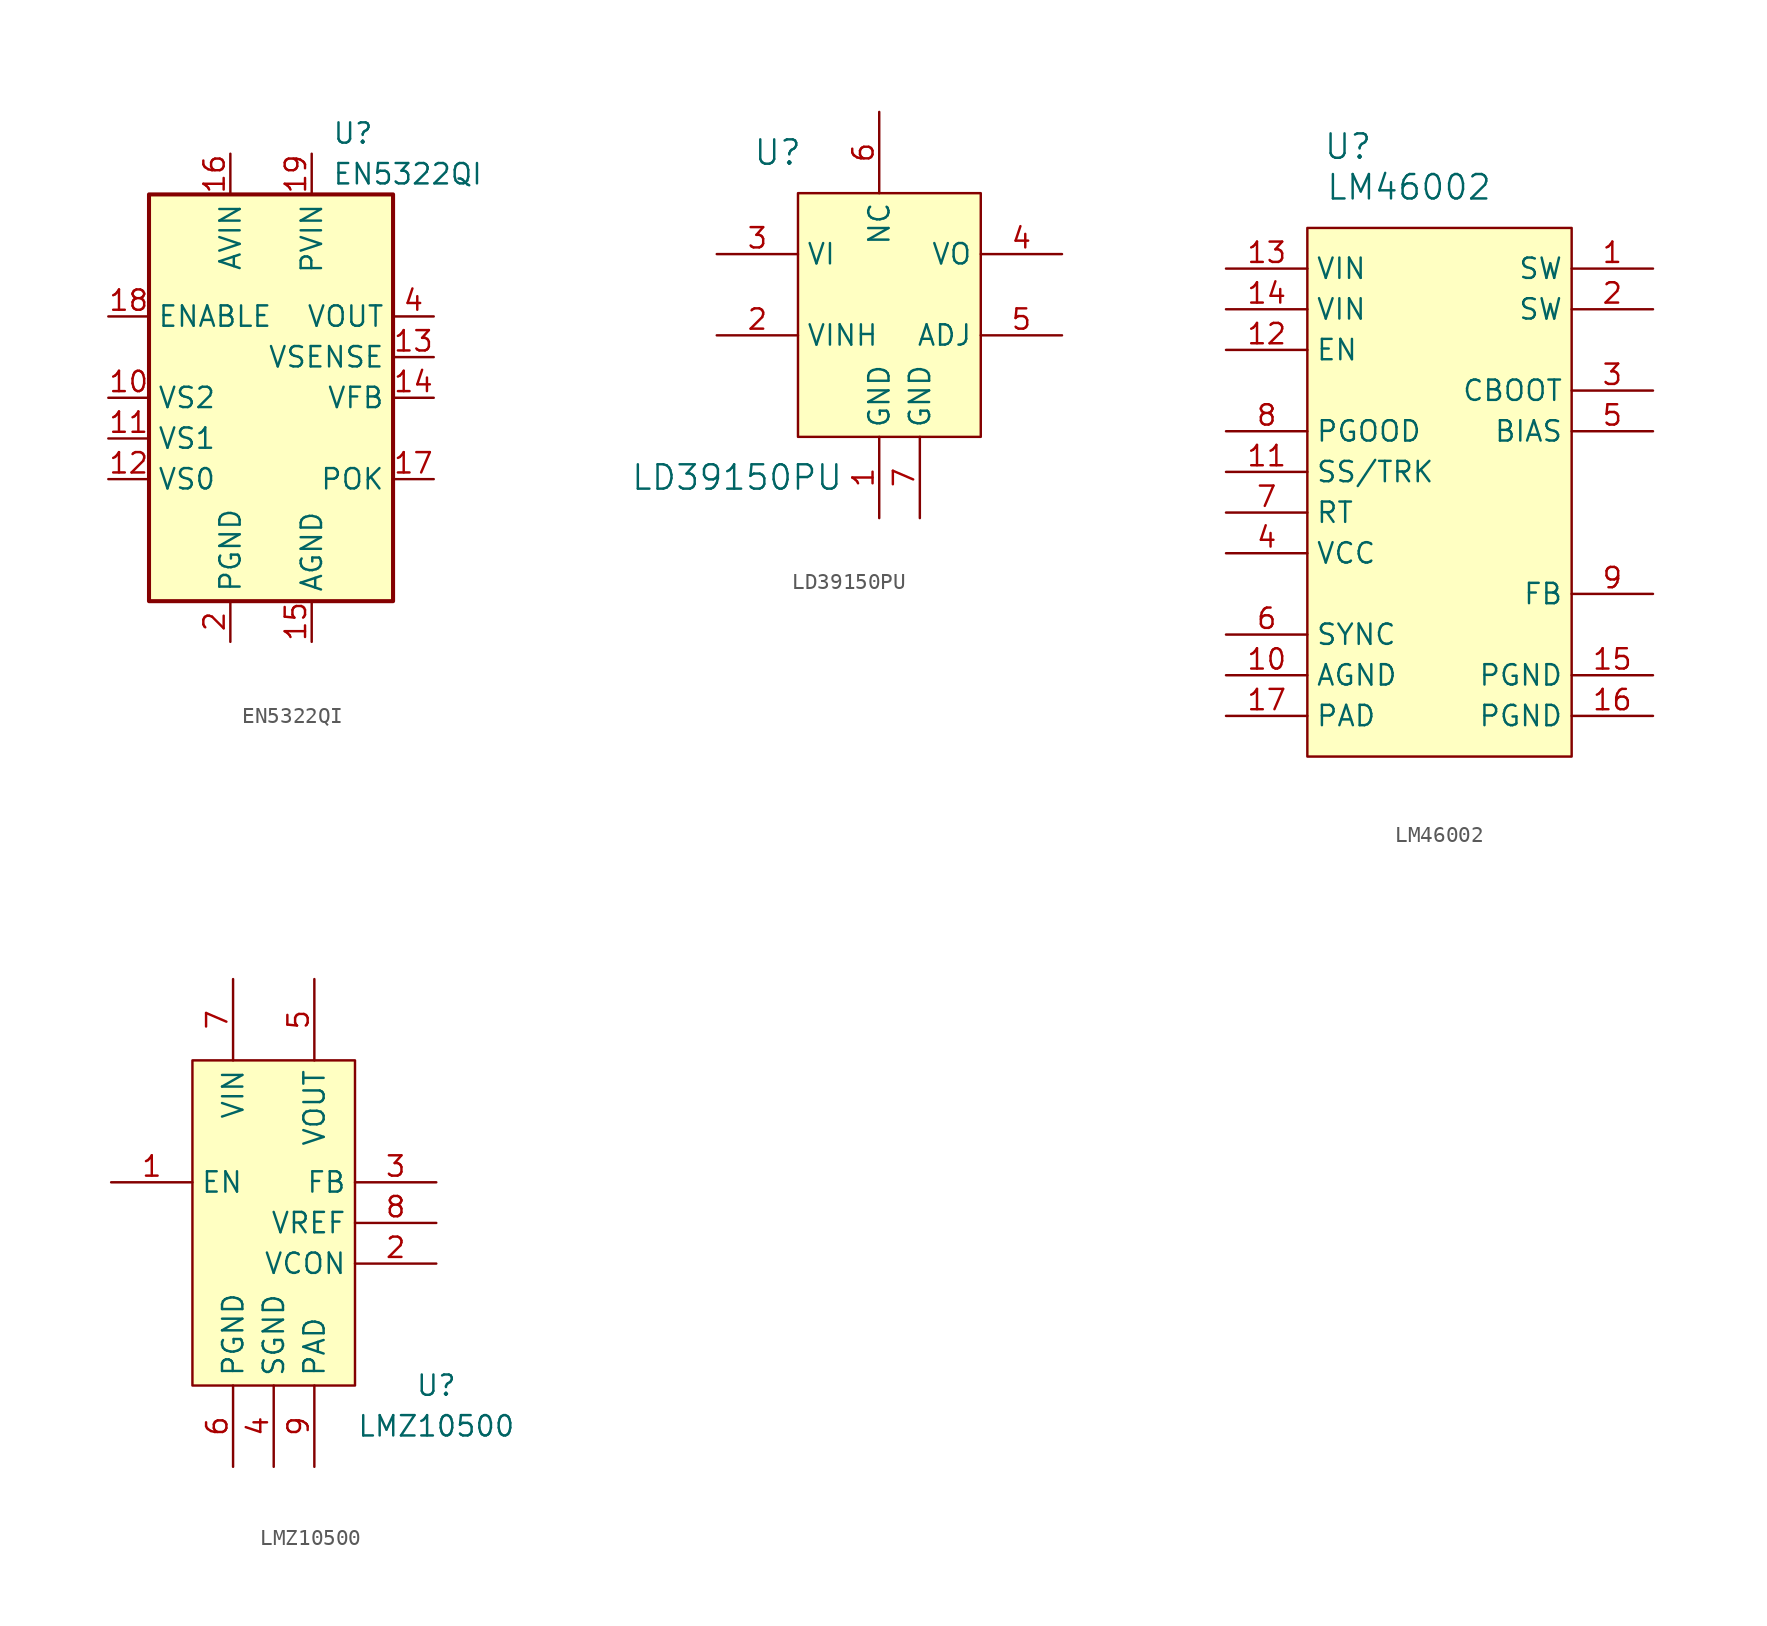
<source format=kicad_sym>
(kicad_symbol_lib
  (version 20201005)
  (generator kicad_symbol_editor)
  (symbol "DCDC_Converters:EN5322QI"
    (property "Reference" "U"
      (at 3.81 16.51 0)
      (effects (font (size 1.27 1.27)) (justify left)))
    (property "Value" "EN5322QI"
      (at 3.81 13.97 0)
      (effects (font (size 1.27 1.27)) (justify left)))
    (symbol "EN5322QI_0_1"
      (rectangle (start -7.62 12.7) (end 7.62 -12.7) (stroke (width 0.254)) (fill (type background))))
    (symbol "EN5322QI_1_1"
      (pin no_connect line (at -7.62 2.54 0) (length 2.54) hide (name "NC" (effects (font (size 1.27 1.27)))) (number "1" (effects (font (size 1.27 1.27)))))
      (pin input line (at -10.16 0 0) (length 2.54) (name "VS2" (effects (font (size 1.27 1.27)))) (number "10" (effects (font (size 1.27 1.27)))))
      (pin input line (at -10.16 -2.54 0) (length 2.54) (name "VS1" (effects (font (size 1.27 1.27)))) (number "11" (effects (font (size 1.27 1.27)))))
      (pin input line (at -10.16 -5.08 0) (length 2.54) (name "VS0" (effects (font (size 1.27 1.27)))) (number "12" (effects (font (size 1.27 1.27)))))
      (pin input line (at 10.16 2.54 180) (length 2.54) (name "VSENSE" (effects (font (size 1.27 1.27)))) (number "13" (effects (font (size 1.27 1.27)))))
      (pin input line (at 10.16 0 180) (length 2.54) (name "VFB" (effects (font (size 1.27 1.27)))) (number "14" (effects (font (size 1.27 1.27)))))
      (pin power_in line (at 2.54 -15.24 90) (length 2.54) (name "AGND" (effects (font (size 1.27 1.27)))) (number "15" (effects (font (size 1.27 1.27)))))
      (pin power_in line (at -2.54 15.24 270) (length 2.54) (name "AVIN" (effects (font (size 1.27 1.27)))) (number "16" (effects (font (size 1.27 1.27)))))
      (pin output line (at 10.16 -5.08 180) (length 2.54) (name "POK" (effects (font (size 1.27 1.27)))) (number "17" (effects (font (size 1.27 1.27)))))
      (pin input line (at -10.16 5.08 0) (length 2.54) (name "ENABLE" (effects (font (size 1.27 1.27)))) (number "18" (effects (font (size 1.27 1.27)))))
      (pin power_in line (at 2.54 15.24 270) (length 2.54) (name "PVIN" (effects (font (size 1.27 1.27)))) (number "19" (effects (font (size 1.27 1.27)))))
      (pin power_in line (at -2.54 -15.24 90) (length 2.54) (name "PGND" (effects (font (size 1.27 1.27)))) (number "2" (effects (font (size 1.27 1.27)))))
      (pin passive line (at 2.54 15.24 270) (length 2.54) hide (name "PVIN" (effects (font (size 1.27 1.27)))) (number "20" (effects (font (size 1.27 1.27)))))
      (pin no_connect line (at -7.62 -7.62 0) (length 2.54) hide (name "NC" (effects (font (size 1.27 1.27)))) (number "21" (effects (font (size 1.27 1.27)))))
      (pin no_connect line (at 7.62 -2.54 180) (length 2.54) hide (name "NC" (effects (font (size 1.27 1.27)))) (number "22" (effects (font (size 1.27 1.27)))))
      (pin no_connect line (at 7.62 -7.62 180) (length 2.54) hide (name "NC" (effects (font (size 1.27 1.27)))) (number "23" (effects (font (size 1.27 1.27)))))
      (pin no_connect line (at 7.62 7.62 180) (length 2.54) hide (name "NC" (effects (font (size 1.27 1.27)))) (number "24" (effects (font (size 1.27 1.27)))))
      (pin passive line (at -2.54 -15.24 90) (length 2.54) hide (name "PGND" (effects (font (size 1.27 1.27)))) (number "25" (effects (font (size 1.27 1.27)))))
      (pin passive line (at -2.54 -15.24 90) (length 2.54) hide (name "PGND" (effects (font (size 1.27 1.27)))) (number "3" (effects (font (size 1.27 1.27)))))
      (pin power_out line (at 10.16 5.08 180) (length 2.54) (name "VOUT" (effects (font (size 1.27 1.27)))) (number "4" (effects (font (size 1.27 1.27)))))
      (pin passive line (at 10.16 5.08 180) (length 2.54) hide (name "VOUT" (effects (font (size 1.27 1.27)))) (number "5" (effects (font (size 1.27 1.27)))))
      (pin passive line (at 10.16 5.08 180) (length 2.54) hide (name "VOUT" (effects (font (size 1.27 1.27)))) (number "6" (effects (font (size 1.27 1.27)))))
      (pin passive line (at 10.16 5.08 180) (length 2.54) hide (name "VOUT" (effects (font (size 1.27 1.27)))) (number "7" (effects (font (size 1.27 1.27)))))
      (pin passive line (at -2.54 -15.24 90) (length 2.54) hide (name "PGND" (effects (font (size 1.27 1.27)))) (number "8" (effects (font (size 1.27 1.27)))))
      (pin passive line (at -2.54 -15.24 90) (length 2.54) hide (name "PGND" (effects (font (size 1.27 1.27)))) (number "9" (effects (font (size 1.27 1.27)))))))
  (symbol "DCDC_Converters:LD39150PU"
    (property "Reference" "U"
      (at -6.35 8.89 0)
      (effects (font (size 1.524 1.524))))
    (property "Value" "LD39150PU"
      (at -8.89 -11.43 0)
      (effects (font (size 1.524 1.524))))
    (symbol "LD39150PU_0_1"
      (rectangle (start -5.08 6.35) (end 6.35 -8.89) (stroke (width 0)) (fill (type background))))
    (symbol "LD39150PU_1_1"
      (pin input line (at 0 -13.97 90) (length 5.08) (name "GND" (effects (font (size 1.27 1.27)))) (number "1" (effects (font (size 1.27 1.27)))))
      (pin input line (at -10.16 -2.54 0) (length 5.08) (name "VINH" (effects (font (size 1.27 1.27)))) (number "2" (effects (font (size 1.27 1.27)))))
      (pin input line (at -10.16 2.54 0) (length 5.08) (name "VI" (effects (font (size 1.27 1.27)))) (number "3" (effects (font (size 1.27 1.27)))))
      (pin input line (at 11.43 2.54 180) (length 5.08) (name "VO" (effects (font (size 1.27 1.27)))) (number "4" (effects (font (size 1.27 1.27)))))
      (pin input line (at 11.43 -2.54 180) (length 5.08) (name "ADJ" (effects (font (size 1.27 1.27)))) (number "5" (effects (font (size 1.27 1.27)))))
      (pin input line (at 0 11.43 270) (length 5.08) (name "NC" (effects (font (size 1.27 1.27)))) (number "6" (effects (font (size 1.27 1.27)))))
      (pin input line (at 2.54 -13.97 90) (length 5.08) (name "GND" (effects (font (size 1.27 1.27)))) (number "7" (effects (font (size 1.27 1.27)))))))
  (symbol "DCDC_Converters:LM46002"
    (property "Reference" "U"
      (at -6.35 20.32 0)
      (effects (font (size 1.524 1.524))))
    (property "Value" "LM46002"
      (at -2.54 17.78 0)
      (effects (font (size 1.524 1.524))))
    (symbol "LM46002_0_1"
      (rectangle (start -8.89 15.24) (end 7.62 -17.78) (stroke (width 0)) (fill (type background))))
    (symbol "LM46002_1_1"
      (pin input line (at 12.7 12.7 180) (length 5.08) (name "SW" (effects (font (size 1.27 1.27)))) (number "1" (effects (font (size 1.27 1.27)))))
      (pin input line (at -13.97 -12.7 0) (length 5.08) (name "AGND" (effects (font (size 1.27 1.27)))) (number "10" (effects (font (size 1.27 1.27)))))
      (pin input line (at -13.97 0 0) (length 5.08) (name "SS/TRK" (effects (font (size 1.27 1.27)))) (number "11" (effects (font (size 1.27 1.27)))))
      (pin input line (at -13.97 7.62 0) (length 5.08) (name "EN" (effects (font (size 1.27 1.27)))) (number "12" (effects (font (size 1.27 1.27)))))
      (pin input line (at -13.97 12.7 0) (length 5.08) (name "VIN" (effects (font (size 1.27 1.27)))) (number "13" (effects (font (size 1.27 1.27)))))
      (pin input line (at -13.97 10.16 0) (length 5.08) (name "VIN" (effects (font (size 1.27 1.27)))) (number "14" (effects (font (size 1.27 1.27)))))
      (pin input line (at 12.7 -12.7 180) (length 5.08) (name "PGND" (effects (font (size 1.27 1.27)))) (number "15" (effects (font (size 1.27 1.27)))))
      (pin input line (at 12.7 -15.24 180) (length 5.08) (name "PGND" (effects (font (size 1.27 1.27)))) (number "16" (effects (font (size 1.27 1.27)))))
      (pin input line (at -13.97 -15.24 0) (length 5.08) (name "PAD" (effects (font (size 1.27 1.27)))) (number "17" (effects (font (size 1.27 1.27)))))
      (pin input line (at 12.7 10.16 180) (length 5.08) (name "SW" (effects (font (size 1.27 1.27)))) (number "2" (effects (font (size 1.27 1.27)))))
      (pin input line (at 12.7 5.08 180) (length 5.08) (name "CBOOT" (effects (font (size 1.27 1.27)))) (number "3" (effects (font (size 1.27 1.27)))))
      (pin input line (at -13.97 -5.08 0) (length 5.08) (name "VCC" (effects (font (size 1.27 1.27)))) (number "4" (effects (font (size 1.27 1.27)))))
      (pin input line (at 12.7 2.54 180) (length 5.08) (name "BIAS" (effects (font (size 1.27 1.27)))) (number "5" (effects (font (size 1.27 1.27)))))
      (pin input line (at -13.97 -10.16 0) (length 5.08) (name "SYNC" (effects (font (size 1.27 1.27)))) (number "6" (effects (font (size 1.27 1.27)))))
      (pin input line (at -13.97 -2.54 0) (length 5.08) (name "RT" (effects (font (size 1.27 1.27)))) (number "7" (effects (font (size 1.27 1.27)))))
      (pin input line (at -13.97 2.54 0) (length 5.08) (name "PGOOD" (effects (font (size 1.27 1.27)))) (number "8" (effects (font (size 1.27 1.27)))))
      (pin input line (at 12.7 -7.62 180) (length 5.08) (name "FB" (effects (font (size 1.27 1.27)))) (number "9" (effects (font (size 1.27 1.27)))))))
  (symbol "DCDC_Converters:LMZ10500"
    (property "Reference" "U"
      (at 10.16 -10.16 0)
      (effects (font (size 1.27 1.27))))
    (property "Value" "LMZ10500"
      (at 10.16 -12.7 0)
      (effects (font (size 1.27 1.27))))
    (symbol "LMZ10500_0_1"
      (rectangle (start -5.08 10.16) (end 5.08 -10.16) (stroke (width 0)) (fill (type background))))
    (symbol "LMZ10500_1_1"
      (pin input line (at -10.16 2.54 0) (length 5.08) (name "EN" (effects (font (size 1.27 1.27)))) (number "1" (effects (font (size 1.27 1.27)))))
      (pin input line (at 10.16 -2.54 180) (length 5.08) (name "VCON" (effects (font (size 1.27 1.27)))) (number "2" (effects (font (size 1.27 1.27)))))
      (pin input line (at 10.16 2.54 180) (length 5.08) (name "FB" (effects (font (size 1.27 1.27)))) (number "3" (effects (font (size 1.27 1.27)))))
      (pin power_in line (at 0 -15.24 90) (length 5.08) (name "SGND" (effects (font (size 1.27 1.27)))) (number "4" (effects (font (size 1.27 1.27)))))
      (pin power_out line (at 2.54 15.24 270) (length 5.08) (name "VOUT" (effects (font (size 1.27 1.27)))) (number "5" (effects (font (size 1.27 1.27)))))
      (pin power_in line (at -2.54 -15.24 90) (length 5.08) (name "PGND" (effects (font (size 1.27 1.27)))) (number "6" (effects (font (size 1.27 1.27)))))
      (pin power_in line (at -2.54 15.24 270) (length 5.08) (name "VIN" (effects (font (size 1.27 1.27)))) (number "7" (effects (font (size 1.27 1.27)))))
      (pin output line (at 10.16 0 180) (length 5.08) (name "VREF" (effects (font (size 1.27 1.27)))) (number "8" (effects (font (size 1.27 1.27)))))
      (pin power_in line (at 2.54 -15.24 90) (length 5.08) (name "PAD" (effects (font (size 1.27 1.27)))) (number "9" (effects (font (size 1.27 1.27))))))))
</source>
